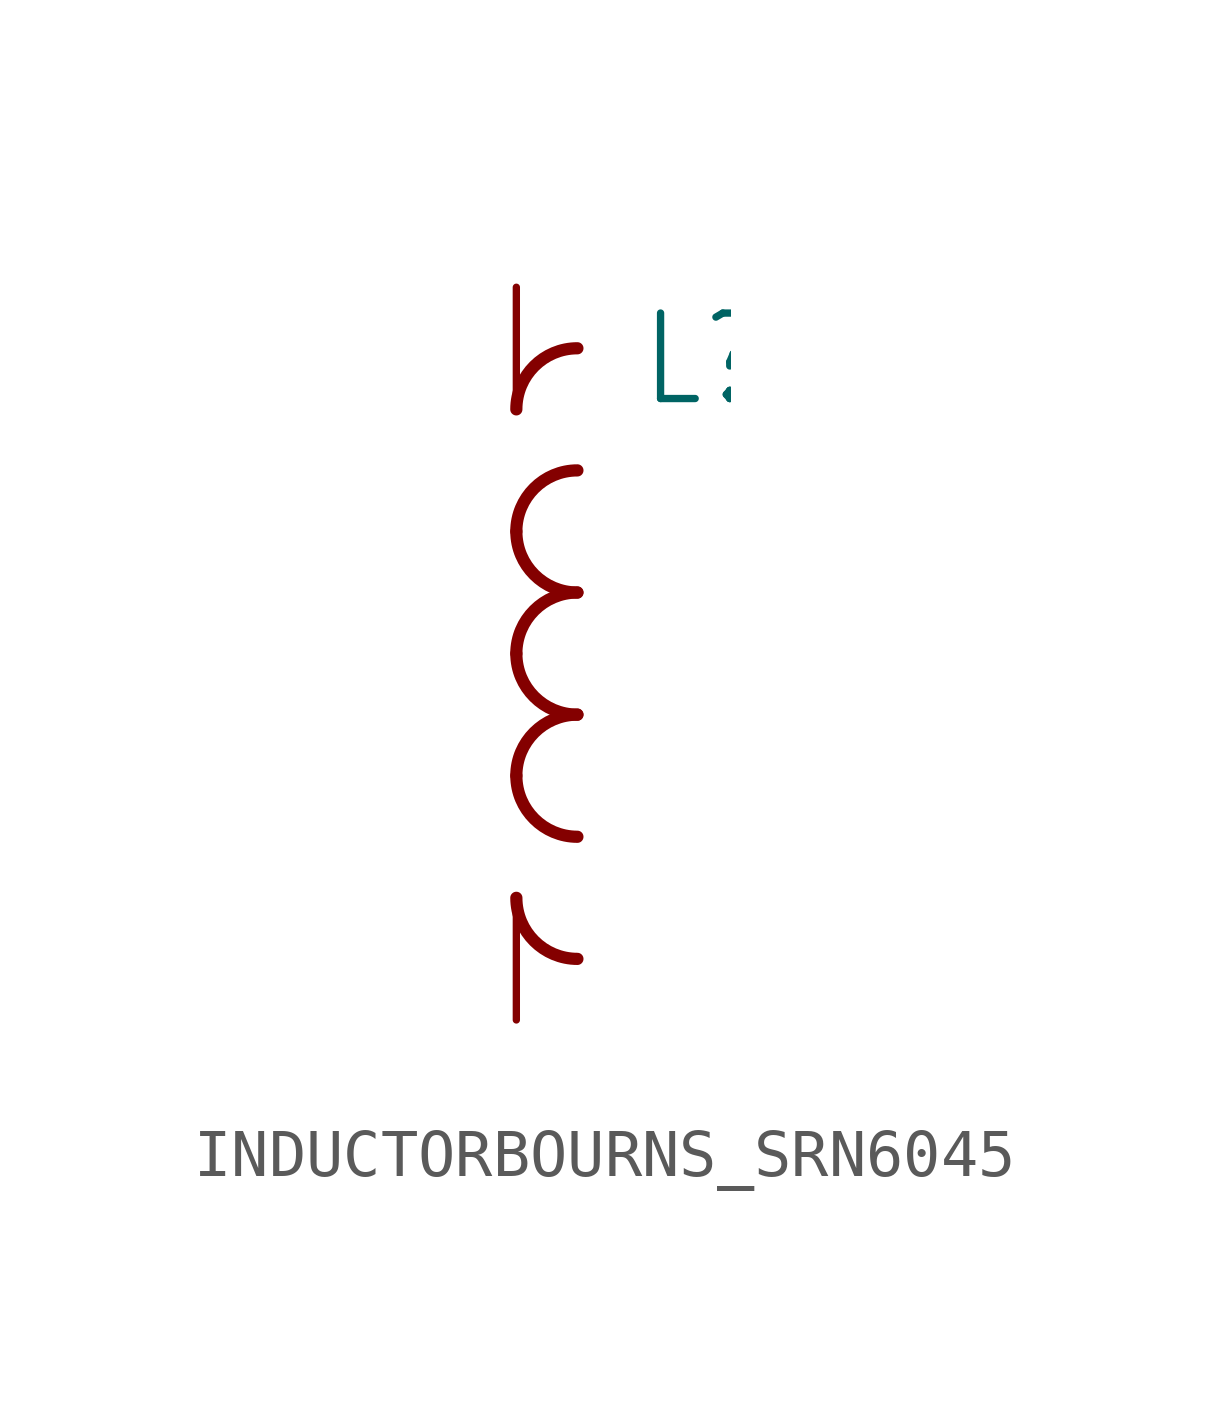
<source format=kicad_sym>
(kicad_symbol_lib
  (version 20241209)
  (generator "kicad_symbol_editor")
  (generator_version "9.0")
  (symbol "INDUCTORBOURNS_SRN6045"
    (property "Reference" "L"
      (at 2.54 5.08 0)
      (effects (font (size 1.778 1.511)) (justify left bottom)))
    (property "Value" ""
      (at 2.54 -5.08 0)
      (effects (font (size 1.778 1.511)) (justify left bottom)))
    (property "ki_locked" ""
      (at 0 0 0)
      (effects (font (size 1.27 1.27))))
    (symbol "INDUCTORBOURNS_SRN6045_1_0"
      (arc (start 0 5.08) (mid 0.372 5.978) (end 1.27 6.35) (stroke (width 0.254) (type solid)) (fill (type none)))
      (arc (start 0 2.54) (mid 0.372 3.438) (end 1.27 3.81) (stroke (width 0.254) (type solid)) (fill (type none)))
      (arc (start 1.27 1.27) (mid 0.372 1.642) (end 0 2.54) (stroke (width 0.254) (type solid)) (fill (type none)))
      (arc (start 0 0) (mid 0.372 0.898) (end 1.27 1.27) (stroke (width 0.254) (type solid)) (fill (type none)))
      (arc (start 1.27 -1.27) (mid 0.372 -0.898) (end 0 0) (stroke (width 0.254) (type solid)) (fill (type none)))
      (arc (start 0 -2.54) (mid 0.372 -1.642) (end 1.27 -1.27) (stroke (width 0.254) (type solid)) (fill (type none)))
      (arc (start 1.27 -3.81) (mid 0.372 -3.438) (end 0 -2.54) (stroke (width 0.254) (type solid)) (fill (type none)))
      (arc (start 1.27 -6.35) (mid 0.372 -5.978) (end 0 -5.08) (stroke (width 0.254) (type solid)) (fill (type none)))
      (pin passive line (at 0 7.62 270) (length 2.54) (name "1" (effects (font (size 0 0)))) (number "1" (effects (font (size 0 0)))))
      (pin passive line (at 0 -7.62 90) (length 2.54) (name "2" (effects (font (size 0 0)))) (number "2" (effects (font (size 0 0))))))))
</source>
